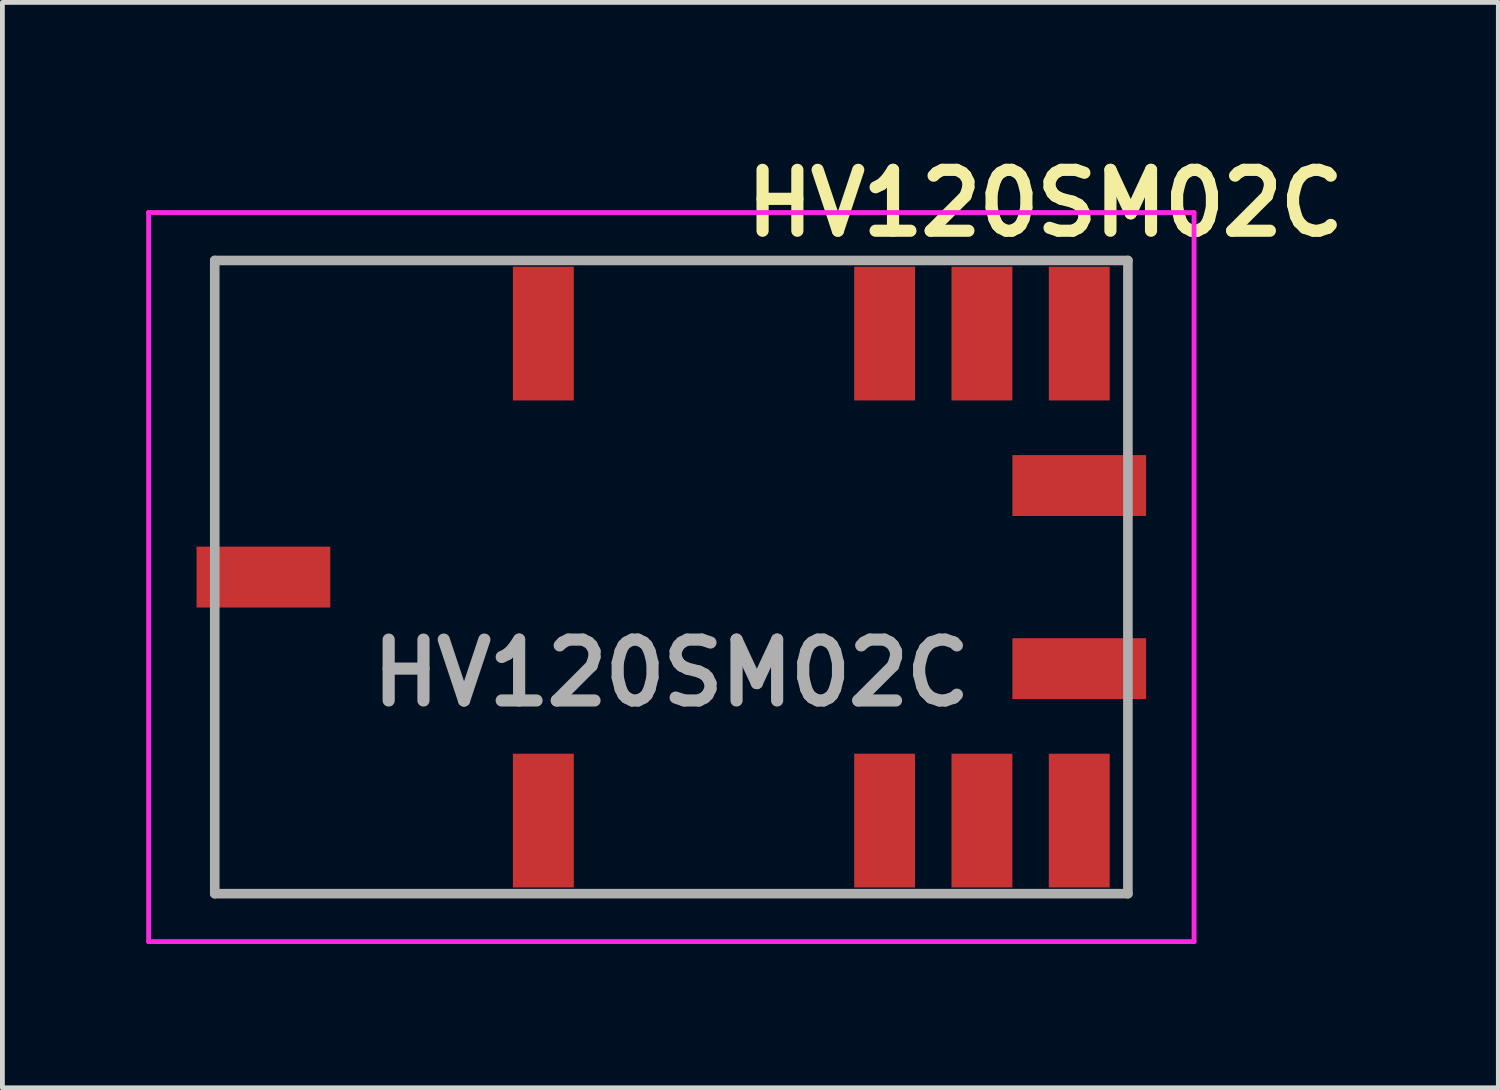
<source format=kicad_pcb>
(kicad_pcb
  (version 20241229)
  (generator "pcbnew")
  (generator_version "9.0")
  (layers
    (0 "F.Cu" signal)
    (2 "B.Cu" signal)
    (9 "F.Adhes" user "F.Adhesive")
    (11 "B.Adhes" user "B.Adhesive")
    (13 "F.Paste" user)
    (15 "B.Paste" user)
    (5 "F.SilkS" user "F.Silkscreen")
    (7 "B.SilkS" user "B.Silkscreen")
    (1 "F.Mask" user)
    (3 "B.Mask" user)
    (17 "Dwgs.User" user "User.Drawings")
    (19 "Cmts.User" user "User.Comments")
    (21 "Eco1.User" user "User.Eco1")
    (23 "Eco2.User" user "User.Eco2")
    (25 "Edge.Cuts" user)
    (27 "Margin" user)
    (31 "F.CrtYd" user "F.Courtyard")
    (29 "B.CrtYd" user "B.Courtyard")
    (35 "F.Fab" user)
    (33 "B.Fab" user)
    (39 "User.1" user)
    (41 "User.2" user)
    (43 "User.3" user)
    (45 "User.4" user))
  (footprint "HV120SM02C"
    (layer "F.Cu")
    (at 10.955 8.989)
    (property "Reference" "HV120SM02C" (at 7.8 -7.8 0) (layer "F.SilkS") (effects (font (size 1.27 1.27) (thickness 0.254))))
    (attr smd)
    (fp_line (start -9.525 -6.605) (end -4 -6.605) (stroke (width 0.1) (type solid)) (layer "F.SilkS"))
    (fp_line (start -9.525 -1.5) (end -9.525 -6.605) (stroke (width 0.1) (type solid)) (layer "F.SilkS"))
    (fp_line (start -9.525 1.5) (end -9.525 6.605) (stroke (width 0.1) (type solid)) (layer "F.SilkS"))
    (fp_line (start -9.525 6.605) (end -4 6.605) (stroke (width 0.1) (type solid)) (layer "F.SilkS"))
    (fp_line (start -1.5 -6.605) (end 3 -6.605) (stroke (width 0.1) (type solid)) (layer "F.SilkS"))
    (fp_line (start -1.5 6.605) (end 3 6.605) (stroke (width 0.1) (type solid)) (layer "F.SilkS"))
    (fp_line (start -10.905 -7.605) (end 10.905 -7.605) (stroke (width 0.1) (type solid)) (layer "F.CrtYd"))
    (fp_line (start -10.905 7.605) (end -10.905 -7.605) (stroke (width 0.1) (type solid)) (layer "F.CrtYd"))
    (fp_line (start 10.905 -7.605) (end 10.905 7.605) (stroke (width 0.1) (type solid)) (layer "F.CrtYd"))
    (fp_line (start 10.905 7.605) (end -10.905 7.605) (stroke (width 0.1) (type solid)) (layer "F.CrtYd"))
    (fp_line (start -9.525 -6.605) (end 9.525 -6.605) (stroke (width 0.2) (type solid)) (layer "F.Fab"))
    (fp_line (start -9.525 6.605) (end -9.525 -6.605) (stroke (width 0.2) (type solid)) (layer "F.Fab"))
    (fp_line (start 9.525 -6.605) (end 9.525 6.605) (stroke (width 0.2) (type solid)) (layer "F.Fab"))
    (fp_line (start 9.525 6.605) (end -9.525 6.605) (stroke (width 0.2) (type solid)) (layer "F.Fab"))
    (fp_text user "${REFERENCE}" (at 0 2 0) (layer "F.Fab") (effects (font (size 1.27 1.27) (thickness 0.254))))
    (pad "1" smd rect (at 8.51 -1.91 90) (size 1.27 2.79) (layers "F.Cu" "F.Mask" "F.Paste"))
    (pad "2" smd rect (at 8.51 -5.08) (size 1.27 2.79) (layers "F.Cu" "F.Mask" "F.Paste"))
    (pad "3" smd rect (at 6.48 -5.08) (size 1.27 2.79) (layers "F.Cu" "F.Mask" "F.Paste"))
    (pad "4" smd rect (at 4.45 -5.08) (size 1.27 2.79) (layers "F.Cu" "F.Mask" "F.Paste"))
    (pad "5" smd rect (at -2.67 -5.08) (size 1.27 2.79) (layers "F.Cu" "F.Mask" "F.Paste"))
    (pad "6" smd rect (at -8.51 0 90) (size 1.27 2.79) (layers "F.Cu" "F.Mask" "F.Paste"))
    (pad "7" smd rect (at -2.67 5.08) (size 1.27 2.79) (layers "F.Cu" "F.Mask" "F.Paste"))
    (pad "8" smd rect (at 4.45 5.08) (size 1.27 2.79) (layers "F.Cu" "F.Mask" "F.Paste"))
    (pad "9" smd rect (at 6.48 5.08) (size 1.27 2.79) (layers "F.Cu" "F.Mask" "F.Paste"))
    (pad "10" smd rect (at 8.51 5.08) (size 1.27 2.79) (layers "F.Cu" "F.Mask" "F.Paste"))
    (pad "11" smd rect (at 8.51 1.91 90) (size 1.27 2.79) (layers "F.Cu" "F.Mask" "F.Paste")))
  (gr_rect
    (start -3 -3)
    (end 28.208 19.644)
    (stroke (width 0.1) (type default))
    (fill no)
    (layer "Edge.Cuts")))
</source>
